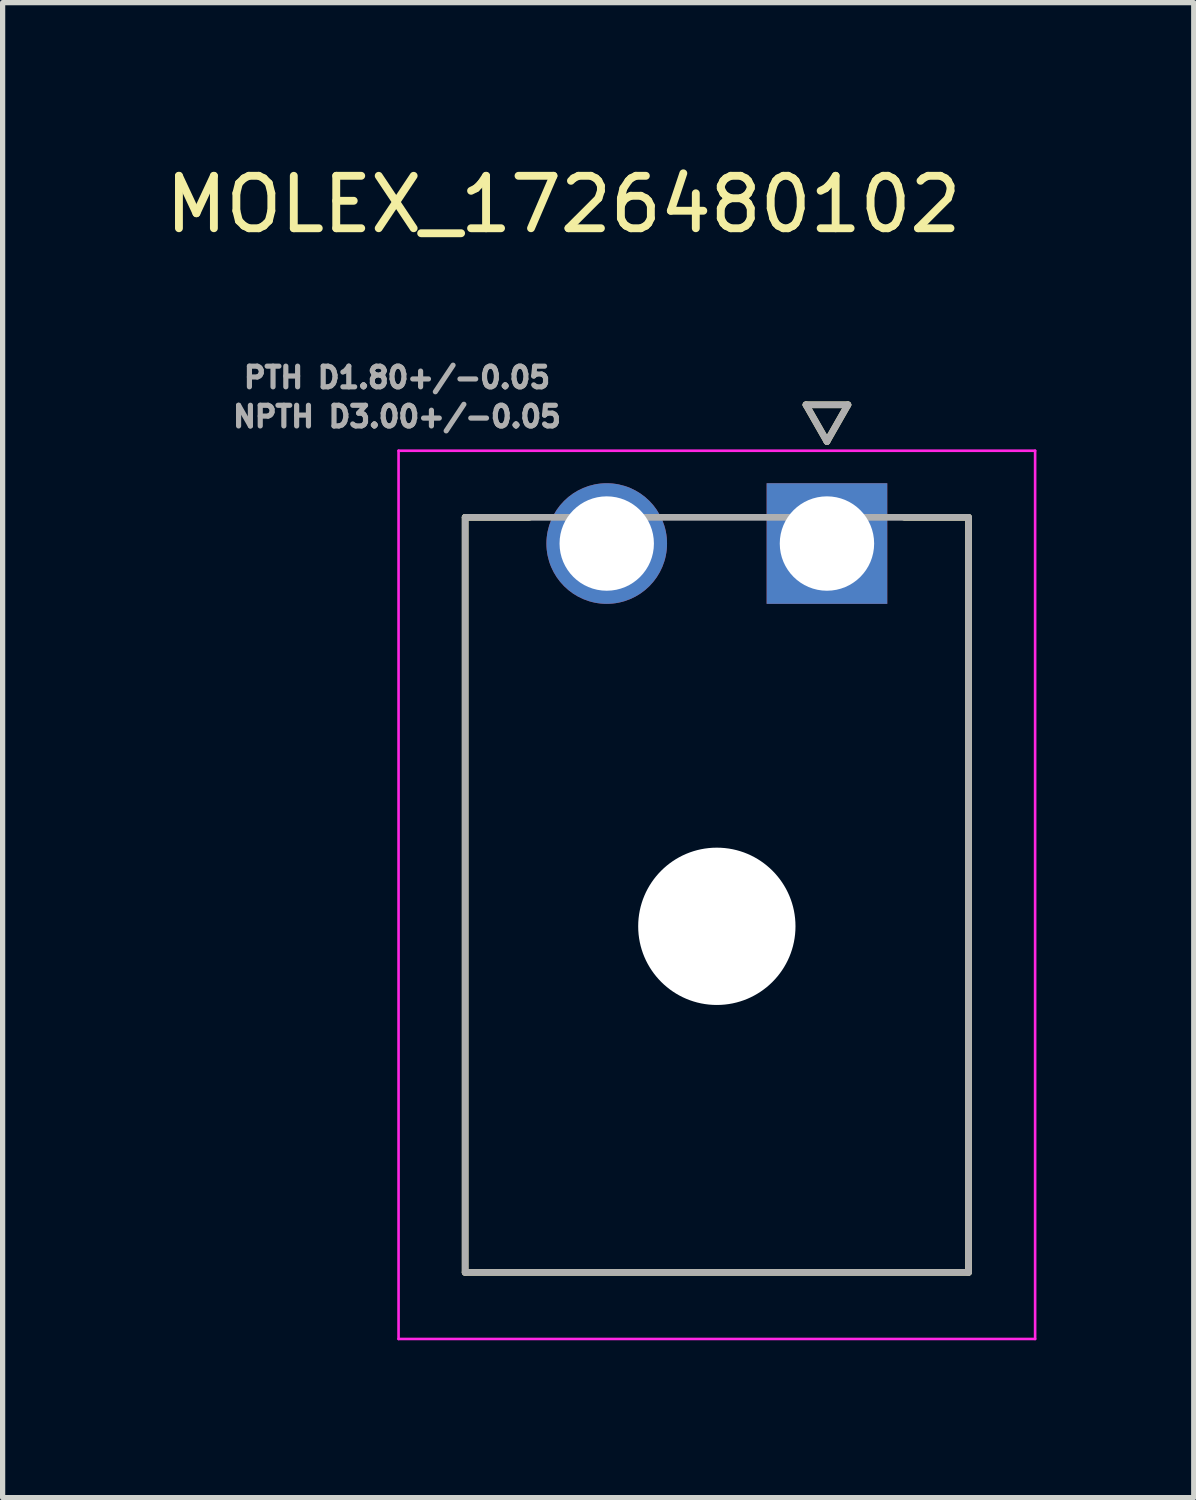
<source format=kicad_pcb>
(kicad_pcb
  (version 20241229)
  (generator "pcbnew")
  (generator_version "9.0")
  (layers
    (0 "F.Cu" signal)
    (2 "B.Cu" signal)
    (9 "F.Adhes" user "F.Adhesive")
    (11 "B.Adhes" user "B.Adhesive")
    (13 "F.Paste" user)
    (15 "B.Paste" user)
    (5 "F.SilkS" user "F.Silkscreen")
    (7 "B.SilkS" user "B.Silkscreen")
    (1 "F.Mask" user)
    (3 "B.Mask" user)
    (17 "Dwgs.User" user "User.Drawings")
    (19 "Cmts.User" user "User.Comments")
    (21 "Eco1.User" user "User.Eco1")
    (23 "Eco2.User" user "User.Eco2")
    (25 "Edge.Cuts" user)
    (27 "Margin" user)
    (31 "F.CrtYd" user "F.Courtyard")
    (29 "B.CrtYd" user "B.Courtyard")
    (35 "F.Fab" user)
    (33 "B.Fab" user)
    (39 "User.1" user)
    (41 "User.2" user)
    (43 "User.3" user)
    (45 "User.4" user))
  (footprint "MOLEX_1726480102"
    (layer "F.Cu")
    (at 12.721 7.316)
    (property "Reference" "MOLEX_1726480102" (at -5.025 -6.468 0) (layer "F.SilkS") (effects (font (size 1 1) (thickness 0.15))))
    (attr through_hole)
    (fp_circle (center -4.2 0) (end -3.587 0) (stroke (width 1.226) (type solid)) (fill no) (layer "F.Mask"))
    (fp_circle (center -2.1 7.3) (end -1.312 7.3) (stroke (width 1.576) (type solid)) (fill no) (layer "F.Mask"))
    (fp_poly (pts (xy -1.226 -1.226) (xy 1.226 -1.226) (xy 1.226 1.226) (xy -1.226 1.226)) (stroke (width 0.01) (type solid)) (fill yes) (layer "F.Mask"))
    (fp_circle (center -4.2 0) (end -3.587 0) (stroke (width 1.226) (type solid)) (fill no) (layer "B.Mask"))
    (fp_circle (center -2.1 7.3) (end -1.312 7.3) (stroke (width 1.576) (type solid)) (fill no) (layer "B.Mask"))
    (fp_poly (pts (xy -1.226 -1.226) (xy 1.226 -1.226) (xy 1.226 1.226) (xy -1.226 1.226)) (stroke (width 0.01) (type solid)) (fill yes) (layer "B.Mask"))
    (fp_line (start -6.9 -0.5) (end -5.676 -0.5) (stroke (width 0.127) (type solid)) (layer "F.SilkS"))
    (fp_line (start -6.9 13.9) (end -6.9 -0.5) (stroke (width 0.127) (type solid)) (layer "F.SilkS"))
    (fp_line (start -0.4 -2.646) (end 0 -1.946) (stroke (width 0.127) (type solid)) (layer "F.SilkS"))
    (fp_line (start 0 -1.946) (end 0.4 -2.646) (stroke (width 0.127) (type solid)) (layer "F.SilkS"))
    (fp_line (start 0.4 -2.646) (end -0.4 -2.646) (stroke (width 0.127) (type solid)) (layer "F.SilkS"))
    (fp_line (start 2.7 -0.5) (end 1.476 -0.5) (stroke (width 0.127) (type solid)) (layer "F.SilkS"))
    (fp_line (start 2.7 -0.5) (end 2.7 13.9) (stroke (width 0.127) (type solid)) (layer "F.SilkS"))
    (fp_line (start 2.7 13.9) (end -6.9 13.9) (stroke (width 0.127) (type solid)) (layer "F.SilkS"))
    (fp_line (start -8.17 -1.77) (end 3.97 -1.77) (stroke (width 0.05) (type solid)) (layer "F.CrtYd"))
    (fp_line (start -8.17 15.17) (end -8.17 -1.77) (stroke (width 0.05) (type solid)) (layer "F.CrtYd"))
    (fp_line (start 3.97 -1.77) (end 3.97 15.17) (stroke (width 0.05) (type solid)) (layer "F.CrtYd"))
    (fp_line (start 3.97 15.17) (end -8.17 15.17) (stroke (width 0.05) (type solid)) (layer "F.CrtYd"))
    (fp_line (start -6.9 -0.5) (end 2.7 -0.5) (stroke (width 0.127) (type solid)) (layer "F.Fab"))
    (fp_line (start -6.9 13.9) (end -6.9 -0.5) (stroke (width 0.127) (type solid)) (layer "F.Fab"))
    (fp_line (start -0.4 -2.646) (end 0 -1.946) (stroke (width 0.127) (type solid)) (layer "F.Fab"))
    (fp_line (start 0 -1.946) (end 0.4 -2.646) (stroke (width 0.127) (type solid)) (layer "F.Fab"))
    (fp_line (start 0.4 -2.646) (end -0.4 -2.646) (stroke (width 0.127) (type solid)) (layer "F.Fab"))
    (fp_line (start 2.7 -0.5) (end 2.7 13.9) (stroke (width 0.127) (type solid)) (layer "F.Fab"))
    (fp_line (start 2.7 13.9) (end -6.9 13.9) (stroke (width 0.127) (type solid)) (layer "F.Fab"))
    (fp_text user "NPTH D3.00+/-0.05" (at -8.2 -2.42 0) (layer "F.Fab") (effects (font (size 0.394 0.394) (thickness 0.15))))
    (fp_text user "PTH D1.80+/-0.05" (at -8.2 -3.166 0) (layer "F.Fab") (effects (font (size 0.394 0.394) (thickness 0.15))))
    (pad "" np_thru_hole circle (at -2.1 7.3) (size 3 3) (drill 3) (layers "*.Cu" "*.Mask"))
    (pad "1" thru_hole rect (at 0 0) (size 2.3 2.3) (drill 1.8) (layers "*.Cu"))
    (pad "2" thru_hole circle (at -4.2 0) (size 2.3 2.3) (drill 1.8) (layers "*.Cu")))
  (gr_rect
    (start -3 -3)
    (end 19.716 25.511)
    (stroke (width 0.1) (type default))
    (fill no)
    (layer "Edge.Cuts")))
</source>
